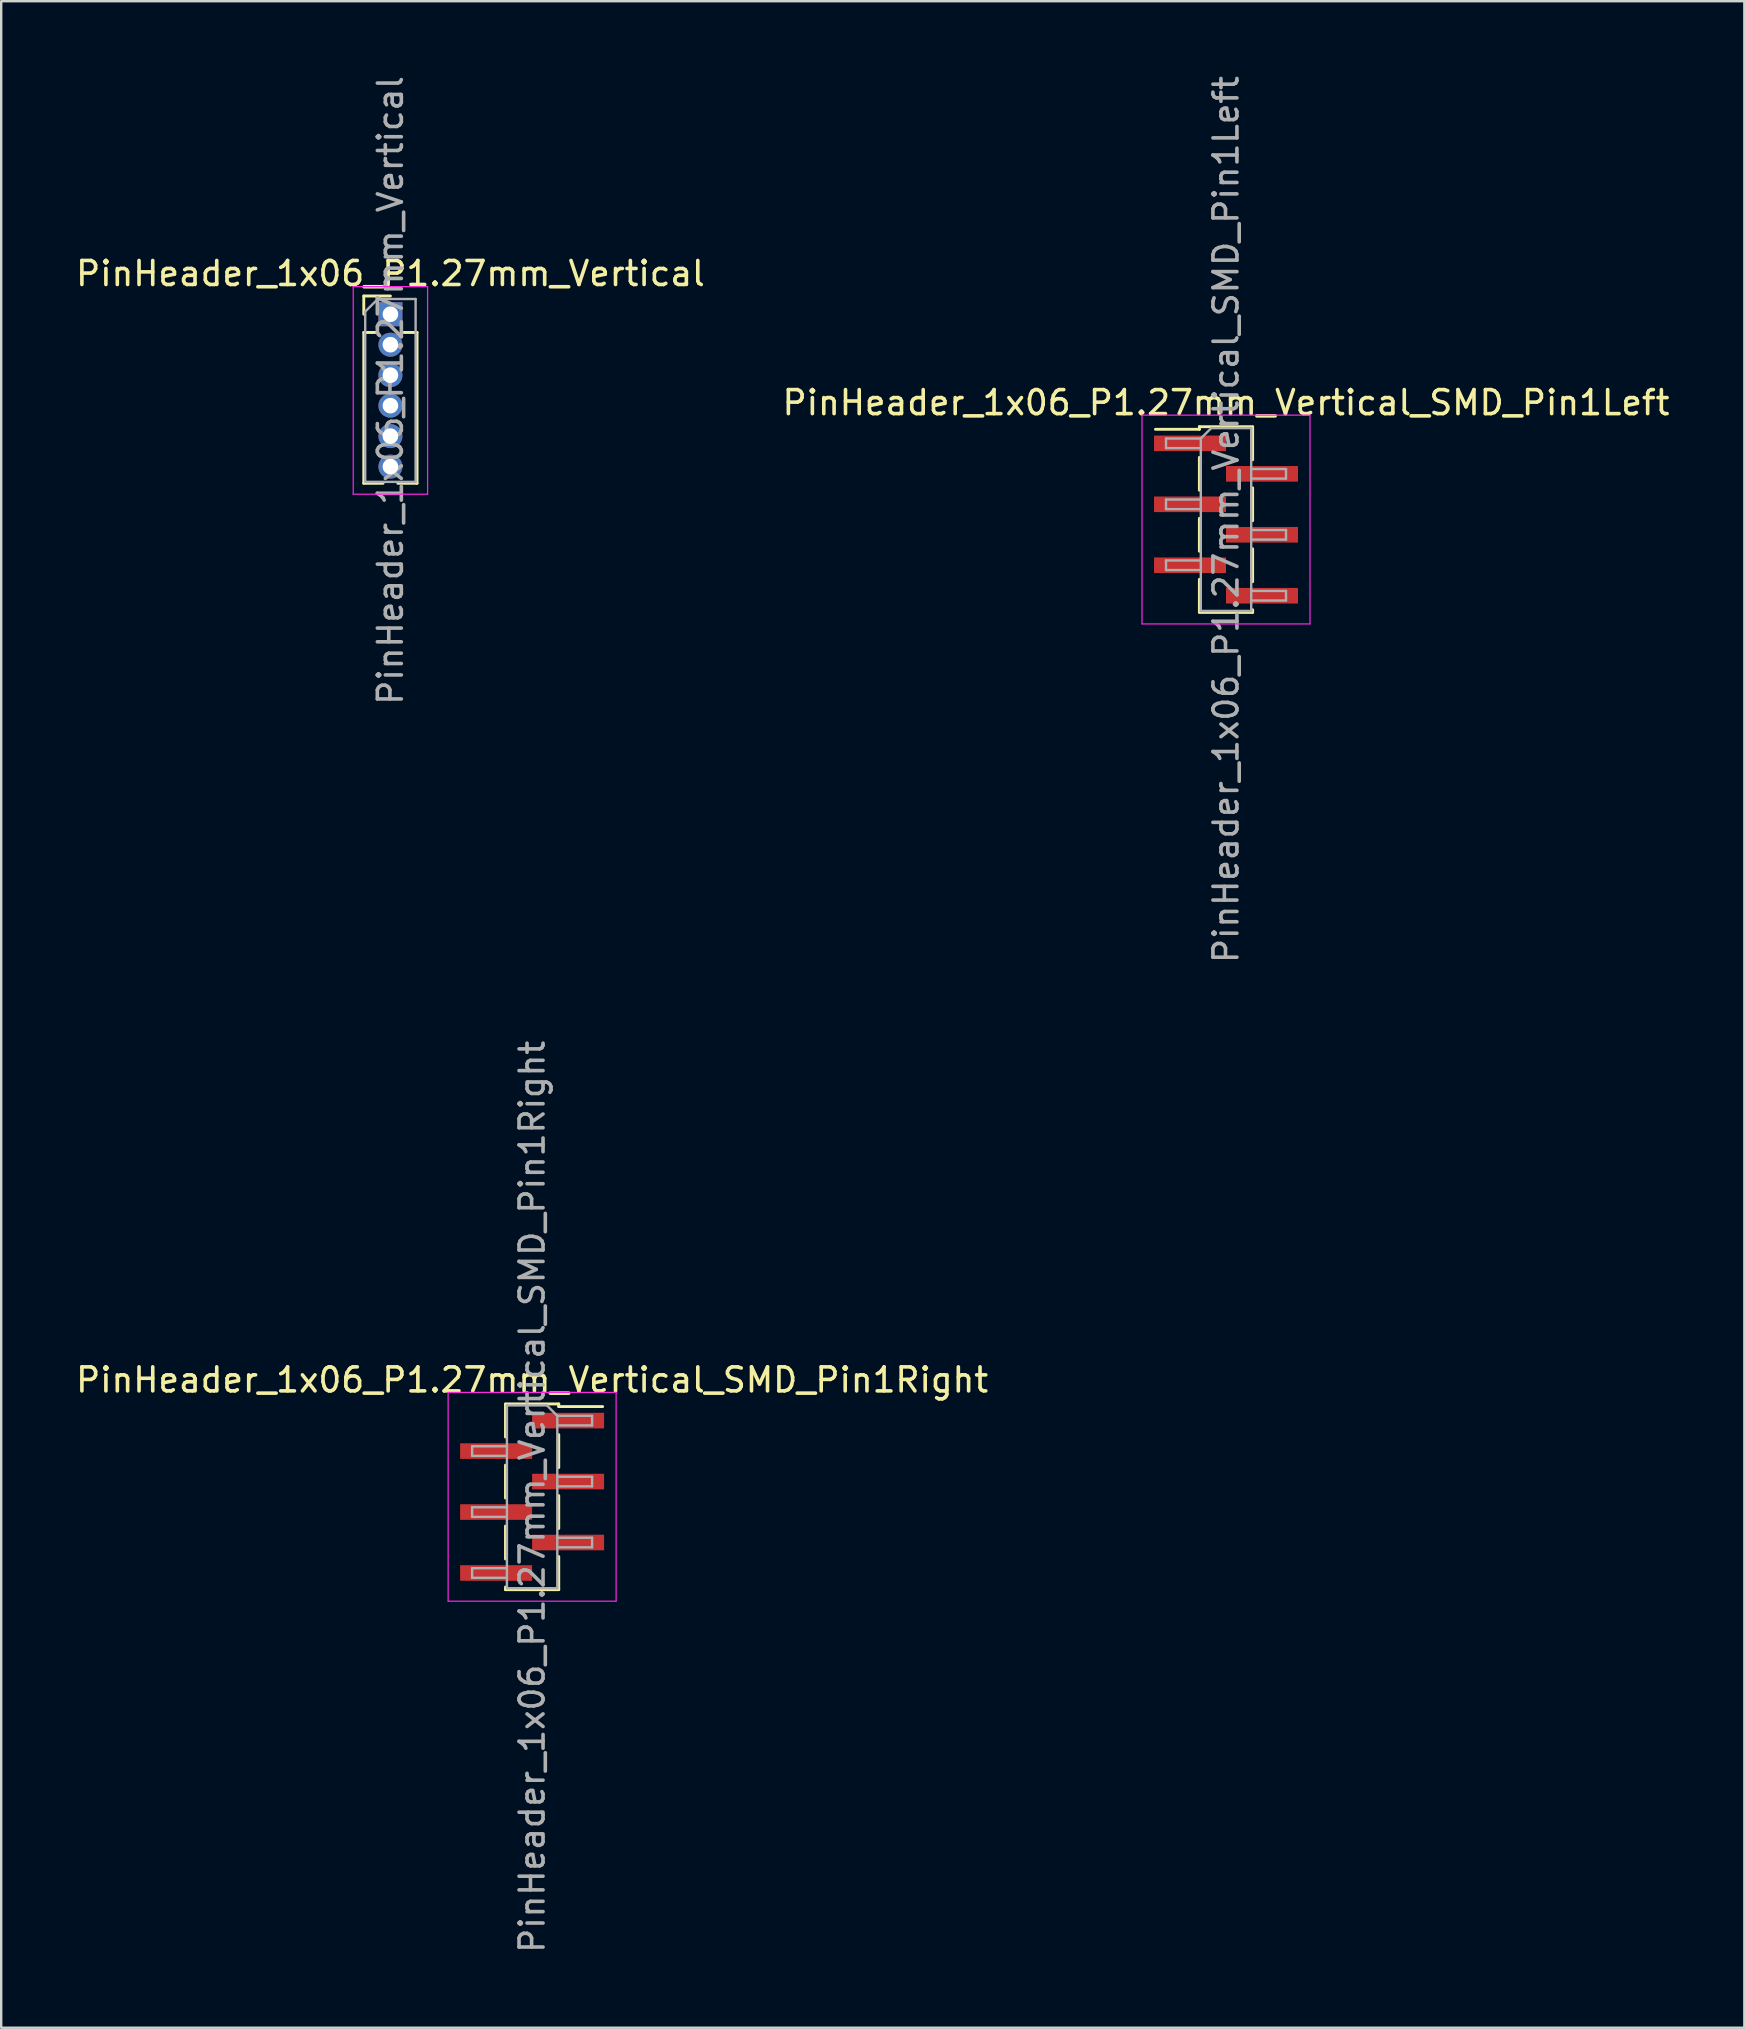
<source format=kicad_pcb>
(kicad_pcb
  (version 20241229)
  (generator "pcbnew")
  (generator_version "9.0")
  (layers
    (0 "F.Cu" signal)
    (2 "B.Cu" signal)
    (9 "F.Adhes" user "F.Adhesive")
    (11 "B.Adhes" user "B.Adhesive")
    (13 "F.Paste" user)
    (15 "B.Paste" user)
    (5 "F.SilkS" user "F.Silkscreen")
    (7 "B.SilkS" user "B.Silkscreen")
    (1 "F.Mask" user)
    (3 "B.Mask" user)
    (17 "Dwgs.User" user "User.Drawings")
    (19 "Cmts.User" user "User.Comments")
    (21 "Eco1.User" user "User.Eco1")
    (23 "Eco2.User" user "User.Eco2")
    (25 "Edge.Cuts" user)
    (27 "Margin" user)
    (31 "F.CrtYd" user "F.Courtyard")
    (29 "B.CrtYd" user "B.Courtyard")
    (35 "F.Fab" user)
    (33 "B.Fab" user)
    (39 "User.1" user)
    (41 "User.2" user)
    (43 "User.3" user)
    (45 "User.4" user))
  (footprint "PinHeader_1x06_P1.27mm_Vertical"
    (layer "F.Cu")
    (at 13.22 10.045)
    (property "Reference" "PinHeader_1x06_P1.27mm_Vertical" (at 0 -1.695 0) (layer "F.SilkS") (effects (font (size 1 1) (thickness 0.15))))
    (attr through_hole)
    (fp_line (start -1.11 -0.76) (end 0 -0.76) (stroke (width 0.12) (type solid)) (layer "F.SilkS"))
    (fp_line (start -1.11 0) (end -1.11 -0.76) (stroke (width 0.12) (type solid)) (layer "F.SilkS"))
    (fp_line (start -1.11 0.76) (end -1.11 7.045) (stroke (width 0.12) (type solid)) (layer "F.SilkS"))
    (fp_line (start -1.11 0.76) (end -0.563 0.76) (stroke (width 0.12) (type solid)) (layer "F.SilkS"))
    (fp_line (start -1.11 7.045) (end -0.308 7.045) (stroke (width 0.12) (type solid)) (layer "F.SilkS"))
    (fp_line (start 0.308 7.045) (end 1.11 7.045) (stroke (width 0.12) (type solid)) (layer "F.SilkS"))
    (fp_line (start 0.563 0.76) (end 1.11 0.76) (stroke (width 0.12) (type solid)) (layer "F.SilkS"))
    (fp_line (start 1.11 0.76) (end 1.11 7.045) (stroke (width 0.12) (type solid)) (layer "F.SilkS"))
    (fp_line (start -1.55 -1.15) (end -1.55 7.5) (stroke (width 0.05) (type solid)) (layer "F.CrtYd"))
    (fp_line (start -1.55 7.5) (end 1.55 7.5) (stroke (width 0.05) (type solid)) (layer "F.CrtYd"))
    (fp_line (start 1.55 -1.15) (end -1.55 -1.15) (stroke (width 0.05) (type solid)) (layer "F.CrtYd"))
    (fp_line (start 1.55 7.5) (end 1.55 -1.15) (stroke (width 0.05) (type solid)) (layer "F.CrtYd"))
    (fp_line (start -1.05 -0.11) (end -0.525 -0.635) (stroke (width 0.1) (type solid)) (layer "F.Fab"))
    (fp_line (start -1.05 6.985) (end -1.05 -0.11) (stroke (width 0.1) (type solid)) (layer "F.Fab"))
    (fp_line (start -0.525 -0.635) (end 1.05 -0.635) (stroke (width 0.1) (type solid)) (layer "F.Fab"))
    (fp_line (start 1.05 -0.635) (end 1.05 6.985) (stroke (width 0.1) (type solid)) (layer "F.Fab"))
    (fp_line (start 1.05 6.985) (end -1.05 6.985) (stroke (width 0.1) (type solid)) (layer "F.Fab"))
    (fp_text user "${REFERENCE}" (at 0 3.175 90) (layer "F.Fab") (effects (font (size 1 1) (thickness 0.15))))
    (pad "1" thru_hole rect (at 0 0) (size 1 1) (drill 0.65) (layers "*.Cu" "*.Mask"))
    (pad "2" thru_hole oval (at 0 1.27) (size 1 1) (drill 0.65) (layers "*.Cu" "*.Mask"))
    (pad "3" thru_hole oval (at 0 2.54) (size 1 1) (drill 0.65) (layers "*.Cu" "*.Mask"))
    (pad "4" thru_hole oval (at 0 3.81) (size 1 1) (drill 0.65) (layers "*.Cu" "*.Mask"))
    (pad "5" thru_hole oval (at 0 5.08) (size 1 1) (drill 0.65) (layers "*.Cu" "*.Mask"))
    (pad "6" thru_hole oval (at 0 6.35) (size 1 1) (drill 0.65) (layers "*.Cu" "*.Mask")))
  (footprint "PinHeader_1x06_P1.27mm_Vertical_SMD_Pin1Right"
    (layer "F.Cu")
    (at 19.125 59.327)
    (property "Reference" "PinHeader_1x06_P1.27mm_Vertical_SMD_Pin1Right" (at 0 -4.87 0) (layer "F.SilkS") (effects (font (size 1 1) (thickness 0.15))))
    (attr smd)
    (fp_line (start -1.11 -3.87) (end 1.11 -3.87) (stroke (width 0.12) (type solid)) (layer "F.SilkS"))
    (fp_line (start -1.11 -3.86) (end -1.11 -2.49) (stroke (width 0.12) (type solid)) (layer "F.SilkS"))
    (fp_line (start -1.11 -1.32) (end -1.11 0.05) (stroke (width 0.12) (type solid)) (layer "F.SilkS"))
    (fp_line (start -1.11 1.22) (end -1.11 2.59) (stroke (width 0.12) (type solid)) (layer "F.SilkS"))
    (fp_line (start -1.11 3.76) (end -1.11 3.87) (stroke (width 0.12) (type solid)) (layer "F.SilkS"))
    (fp_line (start -1.11 3.87) (end 1.11 3.87) (stroke (width 0.12) (type solid)) (layer "F.SilkS"))
    (fp_line (start 1.11 -3.87) (end 1.11 -3.76) (stroke (width 0.12) (type solid)) (layer "F.SilkS"))
    (fp_line (start 1.11 -3.76) (end 2.94 -3.76) (stroke (width 0.12) (type solid)) (layer "F.SilkS"))
    (fp_line (start 1.11 -2.59) (end 1.11 -1.22) (stroke (width 0.12) (type solid)) (layer "F.SilkS"))
    (fp_line (start 1.11 -0.05) (end 1.11 1.32) (stroke (width 0.12) (type solid)) (layer "F.SilkS"))
    (fp_line (start 1.11 2.49) (end 1.11 3.86) (stroke (width 0.12) (type solid)) (layer "F.SilkS"))
    (fp_line (start -3.5 -4.35) (end -3.5 4.35) (stroke (width 0.05) (type solid)) (layer "F.CrtYd"))
    (fp_line (start -3.5 4.35) (end 3.5 4.35) (stroke (width 0.05) (type solid)) (layer "F.CrtYd"))
    (fp_line (start 3.5 -4.35) (end -3.5 -4.35) (stroke (width 0.05) (type solid)) (layer "F.CrtYd"))
    (fp_line (start 3.5 4.35) (end 3.5 -4.35) (stroke (width 0.05) (type solid)) (layer "F.CrtYd"))
    (fp_line (start -2.5 -2.105) (end -2.5 -1.705) (stroke (width 0.1) (type solid)) (layer "F.Fab"))
    (fp_line (start -2.5 -1.705) (end -1.05 -1.705) (stroke (width 0.1) (type solid)) (layer "F.Fab"))
    (fp_line (start -2.5 0.435) (end -2.5 0.835) (stroke (width 0.1) (type solid)) (layer "F.Fab"))
    (fp_line (start -2.5 0.835) (end -1.05 0.835) (stroke (width 0.1) (type solid)) (layer "F.Fab"))
    (fp_line (start -2.5 2.975) (end -2.5 3.375) (stroke (width 0.1) (type solid)) (layer "F.Fab"))
    (fp_line (start -2.5 3.375) (end -1.05 3.375) (stroke (width 0.1) (type solid)) (layer "F.Fab"))
    (fp_line (start -1.05 -3.81) (end -1.05 3.81) (stroke (width 0.1) (type solid)) (layer "F.Fab"))
    (fp_line (start -1.05 -3.81) (end 0.615 -3.81) (stroke (width 0.1) (type solid)) (layer "F.Fab"))
    (fp_line (start -1.05 -2.105) (end -2.5 -2.105) (stroke (width 0.1) (type solid)) (layer "F.Fab"))
    (fp_line (start -1.05 0.435) (end -2.5 0.435) (stroke (width 0.1) (type solid)) (layer "F.Fab"))
    (fp_line (start -1.05 2.975) (end -2.5 2.975) (stroke (width 0.1) (type solid)) (layer "F.Fab"))
    (fp_line (start 1.05 -3.375) (end 0.615 -3.81) (stroke (width 0.1) (type solid)) (layer "F.Fab"))
    (fp_line (start 1.05 -3.375) (end 2.5 -3.375) (stroke (width 0.1) (type solid)) (layer "F.Fab"))
    (fp_line (start 1.05 -0.835) (end 2.5 -0.835) (stroke (width 0.1) (type solid)) (layer "F.Fab"))
    (fp_line (start 1.05 1.705) (end 2.5 1.705) (stroke (width 0.1) (type solid)) (layer "F.Fab"))
    (fp_line (start 1.05 3.81) (end -1.05 3.81) (stroke (width 0.1) (type solid)) (layer "F.Fab"))
    (fp_line (start 1.05 3.81) (end 1.05 -3.375) (stroke (width 0.1) (type solid)) (layer "F.Fab"))
    (fp_line (start 2.5 -3.375) (end 2.5 -2.975) (stroke (width 0.1) (type solid)) (layer "F.Fab"))
    (fp_line (start 2.5 -2.975) (end 1.05 -2.975) (stroke (width 0.1) (type solid)) (layer "F.Fab"))
    (fp_line (start 2.5 -0.835) (end 2.5 -0.435) (stroke (width 0.1) (type solid)) (layer "F.Fab"))
    (fp_line (start 2.5 -0.435) (end 1.05 -0.435) (stroke (width 0.1) (type solid)) (layer "F.Fab"))
    (fp_line (start 2.5 1.705) (end 2.5 2.105) (stroke (width 0.1) (type solid)) (layer "F.Fab"))
    (fp_line (start 2.5 2.105) (end 1.05 2.105) (stroke (width 0.1) (type solid)) (layer "F.Fab"))
    (fp_text user "${REFERENCE}" (at 0 0 90) (layer "F.Fab") (effects (font (size 1 1) (thickness 0.15))))
    (pad "1" smd rect (at 1.5 -3.175) (size 3 0.65) (layers "F.Cu" "F.Mask" "F.Paste"))
    (pad "2" smd rect (at -1.5 -1.905) (size 3 0.65) (layers "F.Cu" "F.Mask" "F.Paste"))
    (pad "3" smd rect (at 1.5 -0.635) (size 3 0.65) (layers "F.Cu" "F.Mask" "F.Paste"))
    (pad "4" smd rect (at -1.5 0.635) (size 3 0.65) (layers "F.Cu" "F.Mask" "F.Paste"))
    (pad "5" smd rect (at 1.5 1.905) (size 3 0.65) (layers "F.Cu" "F.Mask" "F.Paste"))
    (pad "6" smd rect (at -1.5 3.175) (size 3 0.65) (layers "F.Cu" "F.Mask" "F.Paste")))
  (footprint "PinHeader_1x06_P1.27mm_Vertical_SMD_Pin1Left"
    (layer "F.Cu")
    (at 48.042 18.601)
    (property "Reference" "PinHeader_1x06_P1.27mm_Vertical_SMD_Pin1Left" (at 0 -4.87 0) (layer "F.SilkS") (effects (font (size 1 1) (thickness 0.15))))
    (attr smd)
    (fp_line (start -1.11 -3.87) (end -1.11 -3.76) (stroke (width 0.12) (type solid)) (layer "F.SilkS"))
    (fp_line (start -1.11 -3.87) (end 1.11 -3.87) (stroke (width 0.12) (type solid)) (layer "F.SilkS"))
    (fp_line (start -1.11 -3.76) (end -2.94 -3.76) (stroke (width 0.12) (type solid)) (layer "F.SilkS"))
    (fp_line (start -1.11 -2.59) (end -1.11 -1.22) (stroke (width 0.12) (type solid)) (layer "F.SilkS"))
    (fp_line (start -1.11 -0.05) (end -1.11 1.32) (stroke (width 0.12) (type solid)) (layer "F.SilkS"))
    (fp_line (start -1.11 2.49) (end -1.11 3.86) (stroke (width 0.12) (type solid)) (layer "F.SilkS"))
    (fp_line (start -1.11 3.87) (end 1.11 3.87) (stroke (width 0.12) (type solid)) (layer "F.SilkS"))
    (fp_line (start 1.11 -3.86) (end 1.11 -2.49) (stroke (width 0.12) (type solid)) (layer "F.SilkS"))
    (fp_line (start 1.11 -1.32) (end 1.11 0.05) (stroke (width 0.12) (type solid)) (layer "F.SilkS"))
    (fp_line (start 1.11 1.22) (end 1.11 2.59) (stroke (width 0.12) (type solid)) (layer "F.SilkS"))
    (fp_line (start 1.11 3.76) (end 1.11 3.87) (stroke (width 0.12) (type solid)) (layer "F.SilkS"))
    (fp_line (start -3.5 -4.35) (end -3.5 4.35) (stroke (width 0.05) (type solid)) (layer "F.CrtYd"))
    (fp_line (start -3.5 4.35) (end 3.5 4.35) (stroke (width 0.05) (type solid)) (layer "F.CrtYd"))
    (fp_line (start 3.5 -4.35) (end -3.5 -4.35) (stroke (width 0.05) (type solid)) (layer "F.CrtYd"))
    (fp_line (start 3.5 4.35) (end 3.5 -4.35) (stroke (width 0.05) (type solid)) (layer "F.CrtYd"))
    (fp_line (start -2.5 -3.375) (end -2.5 -2.975) (stroke (width 0.1) (type solid)) (layer "F.Fab"))
    (fp_line (start -2.5 -2.975) (end -1.05 -2.975) (stroke (width 0.1) (type solid)) (layer "F.Fab"))
    (fp_line (start -2.5 -0.835) (end -2.5 -0.435) (stroke (width 0.1) (type solid)) (layer "F.Fab"))
    (fp_line (start -2.5 -0.435) (end -1.05 -0.435) (stroke (width 0.1) (type solid)) (layer "F.Fab"))
    (fp_line (start -2.5 1.705) (end -2.5 2.105) (stroke (width 0.1) (type solid)) (layer "F.Fab"))
    (fp_line (start -2.5 2.105) (end -1.05 2.105) (stroke (width 0.1) (type solid)) (layer "F.Fab"))
    (fp_line (start -1.05 -3.375) (end -2.5 -3.375) (stroke (width 0.1) (type solid)) (layer "F.Fab"))
    (fp_line (start -1.05 -3.375) (end -0.615 -3.81) (stroke (width 0.1) (type solid)) (layer "F.Fab"))
    (fp_line (start -1.05 -0.835) (end -2.5 -0.835) (stroke (width 0.1) (type solid)) (layer "F.Fab"))
    (fp_line (start -1.05 1.705) (end -2.5 1.705) (stroke (width 0.1) (type solid)) (layer "F.Fab"))
    (fp_line (start -1.05 3.81) (end -1.05 -3.375) (stroke (width 0.1) (type solid)) (layer "F.Fab"))
    (fp_line (start -0.615 -3.81) (end 1.05 -3.81) (stroke (width 0.1) (type solid)) (layer "F.Fab"))
    (fp_line (start 1.05 -3.81) (end 1.05 3.81) (stroke (width 0.1) (type solid)) (layer "F.Fab"))
    (fp_line (start 1.05 -2.105) (end 2.5 -2.105) (stroke (width 0.1) (type solid)) (layer "F.Fab"))
    (fp_line (start 1.05 0.435) (end 2.5 0.435) (stroke (width 0.1) (type solid)) (layer "F.Fab"))
    (fp_line (start 1.05 2.975) (end 2.5 2.975) (stroke (width 0.1) (type solid)) (layer "F.Fab"))
    (fp_line (start 1.05 3.81) (end -1.05 3.81) (stroke (width 0.1) (type solid)) (layer "F.Fab"))
    (fp_line (start 2.5 -2.105) (end 2.5 -1.705) (stroke (width 0.1) (type solid)) (layer "F.Fab"))
    (fp_line (start 2.5 -1.705) (end 1.05 -1.705) (stroke (width 0.1) (type solid)) (layer "F.Fab"))
    (fp_line (start 2.5 0.435) (end 2.5 0.835) (stroke (width 0.1) (type solid)) (layer "F.Fab"))
    (fp_line (start 2.5 0.835) (end 1.05 0.835) (stroke (width 0.1) (type solid)) (layer "F.Fab"))
    (fp_line (start 2.5 2.975) (end 2.5 3.375) (stroke (width 0.1) (type solid)) (layer "F.Fab"))
    (fp_line (start 2.5 3.375) (end 1.05 3.375) (stroke (width 0.1) (type solid)) (layer "F.Fab"))
    (fp_text user "${REFERENCE}" (at 0 0 90) (layer "F.Fab") (effects (font (size 1 1) (thickness 0.15))))
    (pad "1" smd rect (at -1.5 -3.175) (size 3 0.65) (layers "F.Cu" "F.Mask" "F.Paste"))
    (pad "2" smd rect (at 1.5 -1.905) (size 3 0.65) (layers "F.Cu" "F.Mask" "F.Paste"))
    (pad "3" smd rect (at -1.5 -0.635) (size 3 0.65) (layers "F.Cu" "F.Mask" "F.Paste"))
    (pad "4" smd rect (at 1.5 0.635) (size 3 0.65) (layers "F.Cu" "F.Mask" "F.Paste"))
    (pad "5" smd rect (at -1.5 1.905) (size 3 0.65) (layers "F.Cu" "F.Mask" "F.Paste"))
    (pad "6" smd rect (at 1.5 3.175) (size 3 0.65) (layers "F.Cu" "F.Mask" "F.Paste")))
  (gr_rect
    (start -3 -3)
    (end 69.643 81.452)
    (stroke (width 0.1) (type default))
    (fill no)
    (layer "Edge.Cuts")))
</source>
